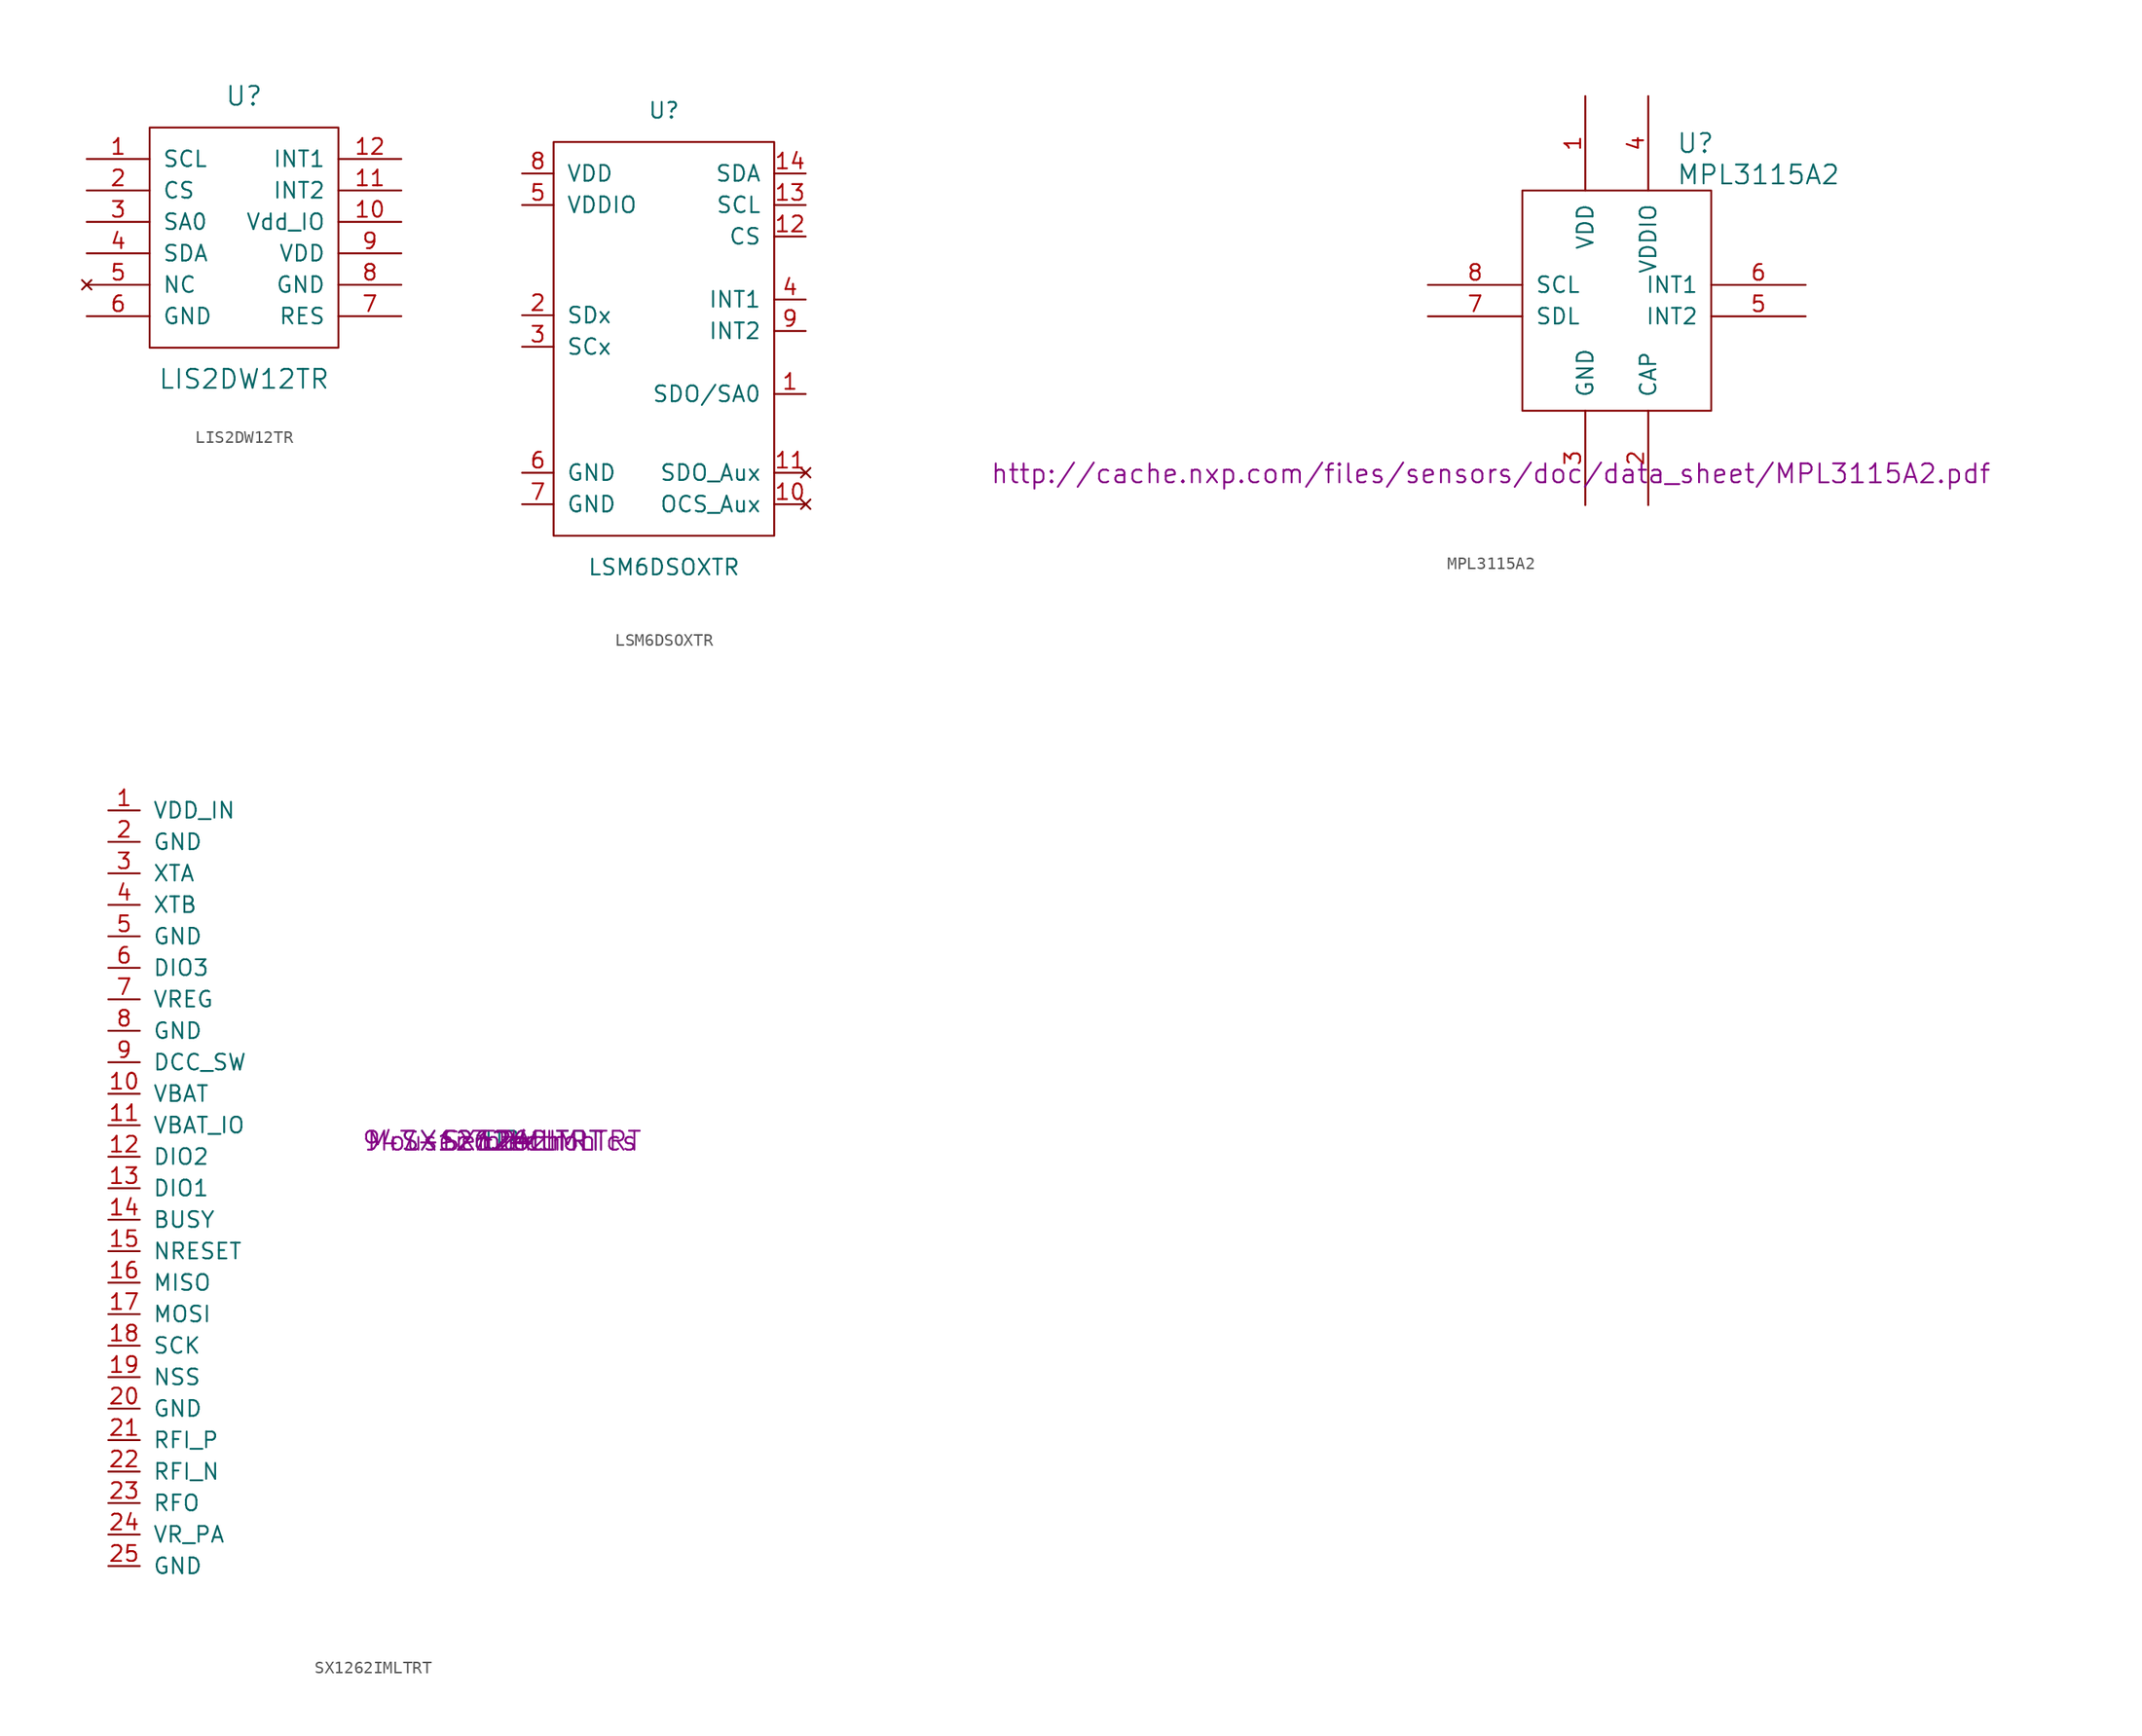
<source format=kicad_sym>
(kicad_symbol_lib
  (version 20201005)
  (generator kicad_symbol_editor)
  (symbol "LIS2DW12TR"
    (pin_names
      (offset 1.016))
    (property "Reference" "U"
      (at 0 11.43 0)
      (effects (font (size 1.524 1.524))))
    (property "Value" "LIS2DW12TR"
      (at 0 -11.43 0)
      (effects (font (size 1.524 1.524))))
    (symbol "LIS2DW12TR_0_1"
      (rectangle (start 7.62 8.89) (end -7.62 -8.89) (stroke (width 0)) (fill (type none))))
    (symbol "LIS2DW12TR_1_1"
      (pin output line (at -12.7 6.35 0) (length 5.08) (name "SCL" (effects (font (size 1.27 1.27)))) (number "1" (effects (font (size 1.27 1.27)))))
      (pin power_in line (at 12.7 1.27 180) (length 5.08) (name "Vdd_IO" (effects (font (size 1.27 1.27)))) (number "10" (effects (font (size 1.27 1.27)))))
      (pin output line (at 12.7 3.81 180) (length 5.08) (name "INT2" (effects (font (size 1.27 1.27)))) (number "11" (effects (font (size 1.27 1.27)))))
      (pin output line (at 12.7 6.35 180) (length 5.08) (name "INT1" (effects (font (size 1.27 1.27)))) (number "12" (effects (font (size 1.27 1.27)))))
      (pin input line (at -12.7 3.81 0) (length 5.08) (name "CS" (effects (font (size 1.27 1.27)))) (number "2" (effects (font (size 1.27 1.27)))))
      (pin bidirectional line (at -12.7 1.27 0) (length 5.08) (name "SA0" (effects (font (size 1.27 1.27)))) (number "3" (effects (font (size 1.27 1.27)))))
      (pin bidirectional line (at -12.7 -1.27 0) (length 5.08) (name "SDA" (effects (font (size 1.27 1.27)))) (number "4" (effects (font (size 1.27 1.27)))))
      (pin unconnected line (at -12.7 -3.81 0) (length 5.08) (name "NC" (effects (font (size 1.27 1.27)))) (number "5" (effects (font (size 1.27 1.27)))))
      (pin power_in line (at -12.7 -6.35 0) (length 5.08) (name "GND" (effects (font (size 1.27 1.27)))) (number "6" (effects (font (size 1.27 1.27)))))
      (pin input line (at 12.7 -6.35 180) (length 5.08) (name "RES" (effects (font (size 1.27 1.27)))) (number "7" (effects (font (size 1.27 1.27)))))
      (pin power_in line (at 12.7 -3.81 180) (length 5.08) (name "GND" (effects (font (size 1.27 1.27)))) (number "8" (effects (font (size 1.27 1.27)))))
      (pin power_in line (at 12.7 -1.27 180) (length 5.08) (name "VDD" (effects (font (size 1.27 1.27)))) (number "9" (effects (font (size 1.27 1.27)))))))
  (symbol "LSM6DSOXTR"
    (pin_names
      (offset 1.016))
    (property "Reference" "U"
      (at 0 17.78 0)
      (effects (font (size 1.27 1.27))))
    (property "Value" "LSM6DSOXTR"
      (at 0 -19.05 0)
      (effects (font (size 1.27 1.27))))
    (symbol "LSM6DSOXTR_0_1"
      (rectangle (start -8.89 15.24) (end 8.89 -16.51) (stroke (width 0)) (fill (type none))))
    (symbol "LSM6DSOXTR_1_1"
      (pin bidirectional line (at 11.43 -5.08 180) (length 2.54) (name "SDO/SA0" (effects (font (size 1.27 1.27)))) (number "1" (effects (font (size 1.27 1.27)))))
      (pin unconnected line (at 11.43 -13.97 180) (length 2.54) (name "OCS_Aux" (effects (font (size 1.27 1.27)))) (number "10" (effects (font (size 1.27 1.27)))))
      (pin unconnected line (at 11.43 -11.43 180) (length 2.54) (name "SDO_Aux" (effects (font (size 1.27 1.27)))) (number "11" (effects (font (size 1.27 1.27)))))
      (pin input line (at 11.43 7.62 180) (length 2.54) (name "CS" (effects (font (size 1.27 1.27)))) (number "12" (effects (font (size 1.27 1.27)))))
      (pin input line (at 11.43 10.16 180) (length 2.54) (name "SCL" (effects (font (size 1.27 1.27)))) (number "13" (effects (font (size 1.27 1.27)))))
      (pin bidirectional line (at 11.43 12.7 180) (length 2.54) (name "SDA" (effects (font (size 1.27 1.27)))) (number "14" (effects (font (size 1.27 1.27)))))
      (pin passive line (at -11.43 1.27 0) (length 2.54) (name "SDx" (effects (font (size 1.27 1.27)))) (number "2" (effects (font (size 1.27 1.27)))))
      (pin passive line (at -11.43 -1.27 0) (length 2.54) (name "SCx" (effects (font (size 1.27 1.27)))) (number "3" (effects (font (size 1.27 1.27)))))
      (pin output line (at 11.43 2.54 180) (length 2.54) (name "INT1" (effects (font (size 1.27 1.27)))) (number "4" (effects (font (size 1.27 1.27)))))
      (pin power_in line (at -11.43 10.16 0) (length 2.54) (name "VDDIO" (effects (font (size 1.27 1.27)))) (number "5" (effects (font (size 1.27 1.27)))))
      (pin power_in line (at -11.43 -11.43 0) (length 2.54) (name "GND" (effects (font (size 1.27 1.27)))) (number "6" (effects (font (size 1.27 1.27)))))
      (pin power_in line (at -11.43 -13.97 0) (length 2.54) (name "GND" (effects (font (size 1.27 1.27)))) (number "7" (effects (font (size 1.27 1.27)))))
      (pin power_in line (at -11.43 12.7 0) (length 2.54) (name "VDD" (effects (font (size 1.27 1.27)))) (number "8" (effects (font (size 1.27 1.27)))))
      (pin output line (at 11.43 0 180) (length 2.54) (name "INT2" (effects (font (size 1.27 1.27)))) (number "9" (effects (font (size 1.27 1.27)))))))
  (symbol "MPL3115A2"
    (pin_names
      (offset 1.016))
    (property "Reference" "U"
      (at 6.35 12.7 0)
      (effects (font (size 1.524 1.524))))
    (property "Value" "MPL3115A2"
      (at 11.43 10.16 0)
      (effects (font (size 1.524 1.524))))
    (property "Datasheet" "http://cache.nxp.com/files/sensors/doc/data_sheet/MPL3115A2.pdf"
      (at -10.16 -13.97 0)
      (effects (font (size 1.524 1.524))))
    (symbol "MPL3115A2_0_1"
      (rectangle (start 7.62 8.89) (end -7.62 -8.89) (stroke (width 0)) (fill (type none))))
    (symbol "MPL3115A2_1_1"
      (pin power_in line (at -2.54 16.51 270) (length 7.62) (name "VDD" (effects (font (size 1.27 1.27)))) (number "1" (effects (font (size 1.27 1.27)))))
      (pin passive line (at 2.54 -16.51 90) (length 7.62) (name "CAP" (effects (font (size 1.27 1.27)))) (number "2" (effects (font (size 1.27 1.27)))))
      (pin power_in line (at -2.54 -16.51 90) (length 7.62) (name "GND" (effects (font (size 1.27 1.27)))) (number "3" (effects (font (size 1.27 1.27)))))
      (pin power_in line (at 2.54 16.51 270) (length 7.62) (name "VDDIO" (effects (font (size 1.27 1.27)))) (number "4" (effects (font (size 1.27 1.27)))))
      (pin output line (at 15.24 -1.27 180) (length 7.62) (name "INT2" (effects (font (size 1.27 1.27)))) (number "5" (effects (font (size 1.27 1.27)))))
      (pin output line (at 15.24 1.27 180) (length 7.62) (name "INT1" (effects (font (size 1.27 1.27)))) (number "6" (effects (font (size 1.27 1.27)))))
      (pin input line (at -15.24 -1.27 0) (length 7.62) (name "SDL" (effects (font (size 1.27 1.27)))) (number "7" (effects (font (size 1.27 1.27)))))
      (pin input line (at -15.24 1.27 0) (length 7.62) (name "SCL" (effects (font (size 1.27 1.27)))) (number "8" (effects (font (size 1.27 1.27)))))))
  (symbol "SX1262IMLTRT"
    (pin_names
      (offset 1.016))
    (property "Reference" "U"
      (at 0 0 0)
      (effects (font (size 1.524 1.524))))
    (property "Value" "SX1262IMLTRT"
      (at 0 0 0)
      (effects (font (size 1.524 1.524))))
    (property "Manufacturer" "Semtech"
      (at 0 0 0)
      (effects (font (size 1.524 1.524))))
    (property "Part Number" "SX1262IMLTRT"
      (at 0 0 0)
      (effects (font (size 1.524 1.524))))
    (property "Distributor" "Mouser Electronics"
      (at 0 0 0)
      (effects (font (size 1.524 1.524))))
    (property "Distributor Code" "947-SX1262IMLTRT"
      (at 0 0 0)
      (effects (font (size 1.524 1.524))))
    (property "Price €" "7.24"
      (at 0 0 0)
      (effects (font (size 1.524 1.524))))
    (symbol "SX1262IMLTRT_1_1"
      (pin power_in line (at -31.75 26.67 0) (length 2.54) (name "VDD_IN" (effects (font (size 1.27 1.27)))) (number "1" (effects (font (size 1.27 1.27)))))
      (pin power_in line (at -31.75 3.81 0) (length 2.54) (name "VBAT" (effects (font (size 1.27 1.27)))) (number "10" (effects (font (size 1.27 1.27)))))
      (pin power_in line (at -31.75 1.27 0) (length 2.54) (name "VBAT_IO" (effects (font (size 1.27 1.27)))) (number "11" (effects (font (size 1.27 1.27)))))
      (pin bidirectional line (at -31.75 -1.27 0) (length 2.54) (name "DIO2" (effects (font (size 1.27 1.27)))) (number "12" (effects (font (size 1.27 1.27)))))
      (pin bidirectional line (at -31.75 -3.81 0) (length 2.54) (name "DIO1" (effects (font (size 1.27 1.27)))) (number "13" (effects (font (size 1.27 1.27)))))
      (pin output line (at -31.75 -6.35 0) (length 2.54) (name "BUSY" (effects (font (size 1.27 1.27)))) (number "14" (effects (font (size 1.27 1.27)))))
      (pin input line (at -31.75 -8.89 0) (length 2.54) (name "NRESET" (effects (font (size 1.27 1.27)))) (number "15" (effects (font (size 1.27 1.27)))))
      (pin output line (at -31.75 -11.43 0) (length 2.54) (name "MISO" (effects (font (size 1.27 1.27)))) (number "16" (effects (font (size 1.27 1.27)))))
      (pin input line (at -31.75 -13.97 0) (length 2.54) (name "MOSI" (effects (font (size 1.27 1.27)))) (number "17" (effects (font (size 1.27 1.27)))))
      (pin input line (at -31.75 -16.51 0) (length 2.54) (name "SCK" (effects (font (size 1.27 1.27)))) (number "18" (effects (font (size 1.27 1.27)))))
      (pin input line (at -31.75 -19.05 0) (length 2.54) (name "NSS" (effects (font (size 1.27 1.27)))) (number "19" (effects (font (size 1.27 1.27)))))
      (pin power_in line (at -31.75 24.13 0) (length 2.54) (name "GND" (effects (font (size 1.27 1.27)))) (number "2" (effects (font (size 1.27 1.27)))))
      (pin power_in line (at -31.75 -21.59 0) (length 2.54) (name "GND" (effects (font (size 1.27 1.27)))) (number "20" (effects (font (size 1.27 1.27)))))
      (pin input line (at -31.75 -24.13 0) (length 2.54) (name "RFI_P" (effects (font (size 1.27 1.27)))) (number "21" (effects (font (size 1.27 1.27)))))
      (pin input line (at -31.75 -26.67 0) (length 2.54) (name "RFI_N" (effects (font (size 1.27 1.27)))) (number "22" (effects (font (size 1.27 1.27)))))
      (pin output line (at -31.75 -29.21 0) (length 2.54) (name "RFO" (effects (font (size 1.27 1.27)))) (number "23" (effects (font (size 1.27 1.27)))))
      (pin power_out line (at -31.75 -31.75 0) (length 2.54) (name "VR_PA" (effects (font (size 1.27 1.27)))) (number "24" (effects (font (size 1.27 1.27)))))
      (pin power_out line (at -31.75 -34.29 0) (length 2.54) (name "GND" (effects (font (size 1.27 1.27)))) (number "25" (effects (font (size 1.27 1.27)))))
      (pin passive line (at -31.75 21.59 0) (length 2.54) (name "XTA" (effects (font (size 1.27 1.27)))) (number "3" (effects (font (size 1.27 1.27)))))
      (pin passive line (at -31.75 19.05 0) (length 2.54) (name "XTB" (effects (font (size 1.27 1.27)))) (number "4" (effects (font (size 1.27 1.27)))))
      (pin power_in line (at -31.75 16.51 0) (length 2.54) (name "GND" (effects (font (size 1.27 1.27)))) (number "5" (effects (font (size 1.27 1.27)))))
      (pin bidirectional line (at -31.75 13.97 0) (length 2.54) (name "DIO3" (effects (font (size 1.27 1.27)))) (number "6" (effects (font (size 1.27 1.27)))))
      (pin power_out line (at -31.75 11.43 0) (length 2.54) (name "VREG" (effects (font (size 1.27 1.27)))) (number "7" (effects (font (size 1.27 1.27)))))
      (pin power_in line (at -31.75 8.89 0) (length 2.54) (name "GND" (effects (font (size 1.27 1.27)))) (number "8" (effects (font (size 1.27 1.27)))))
      (pin power_out line (at -31.75 6.35 0) (length 2.54) (name "DCC_SW" (effects (font (size 1.27 1.27)))) (number "9" (effects (font (size 1.27 1.27))))))))
</source>
